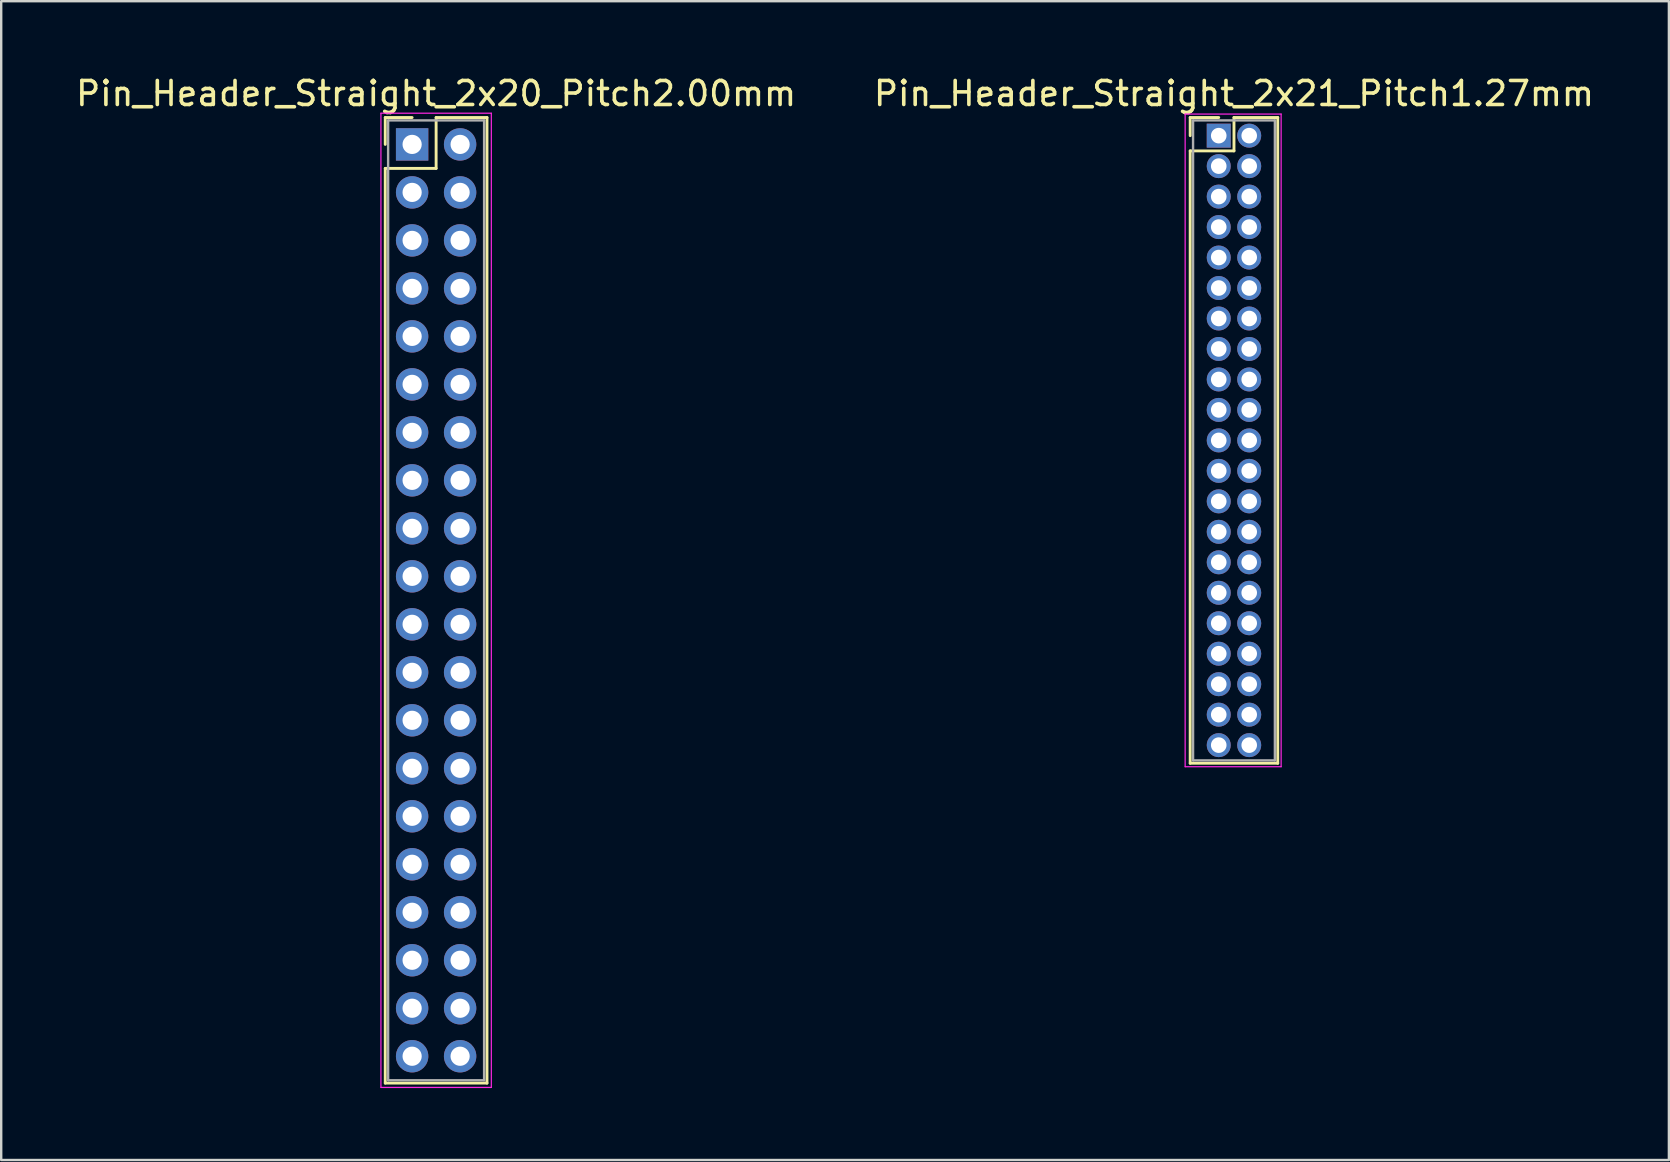
<source format=kicad_pcb>
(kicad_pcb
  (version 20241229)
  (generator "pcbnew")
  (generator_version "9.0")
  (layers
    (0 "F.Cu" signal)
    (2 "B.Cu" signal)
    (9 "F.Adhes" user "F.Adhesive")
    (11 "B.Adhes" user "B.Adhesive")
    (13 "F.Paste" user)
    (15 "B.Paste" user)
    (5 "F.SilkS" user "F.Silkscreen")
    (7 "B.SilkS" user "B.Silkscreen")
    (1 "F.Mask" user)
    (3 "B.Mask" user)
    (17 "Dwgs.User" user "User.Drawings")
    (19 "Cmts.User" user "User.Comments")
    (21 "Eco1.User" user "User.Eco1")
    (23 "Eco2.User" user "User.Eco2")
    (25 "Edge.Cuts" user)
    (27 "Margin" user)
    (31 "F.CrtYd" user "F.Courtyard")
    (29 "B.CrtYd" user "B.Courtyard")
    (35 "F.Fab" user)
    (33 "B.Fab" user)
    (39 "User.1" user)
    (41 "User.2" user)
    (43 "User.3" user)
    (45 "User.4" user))
  (footprint "Pin_Header_Straight_2x20_Pitch2.00mm"
    (layer "F.Cu")
    (at 14.125 2.968)
    (property "Reference" "Pin_Header_Straight_2x20_Pitch2.00mm" (at 1 -2.12 0) (layer "F.SilkS") (effects (font (size 1 1) (thickness 0.15))))
    (attr through_hole)
    (fp_line (start -1.12 -1.12) (end 0 -1.12) (stroke (width 0.12) (type solid)) (layer "F.SilkS"))
    (fp_line (start -1.12 0) (end -1.12 -1.12) (stroke (width 0.12) (type solid)) (layer "F.SilkS"))
    (fp_line (start -1.12 1) (end -1.12 39.12) (stroke (width 0.12) (type solid)) (layer "F.SilkS"))
    (fp_line (start -1.12 39.12) (end 3.12 39.12) (stroke (width 0.12) (type solid)) (layer "F.SilkS"))
    (fp_line (start 1 -1.12) (end 1 1) (stroke (width 0.12) (type solid)) (layer "F.SilkS"))
    (fp_line (start 1 1) (end -1.12 1) (stroke (width 0.12) (type solid)) (layer "F.SilkS"))
    (fp_line (start 3.12 -1.12) (end 1 -1.12) (stroke (width 0.12) (type solid)) (layer "F.SilkS"))
    (fp_line (start 3.12 39.12) (end 3.12 -1.12) (stroke (width 0.12) (type solid)) (layer "F.SilkS"))
    (fp_line (start -1.3 -1.3) (end -1.3 39.3) (stroke (width 0.05) (type solid)) (layer "F.CrtYd"))
    (fp_line (start -1.3 39.3) (end 3.3 39.3) (stroke (width 0.05) (type solid)) (layer "F.CrtYd"))
    (fp_line (start 3.3 -1.3) (end -1.3 -1.3) (stroke (width 0.05) (type solid)) (layer "F.CrtYd"))
    (fp_line (start 3.3 39.3) (end 3.3 -1.3) (stroke (width 0.05) (type solid)) (layer "F.CrtYd"))
    (fp_line (start -1 -1) (end -1 39) (stroke (width 0.1) (type solid)) (layer "F.Fab"))
    (fp_line (start -1 39) (end 3 39) (stroke (width 0.1) (type solid)) (layer "F.Fab"))
    (fp_line (start 3 -1) (end -1 -1) (stroke (width 0.1) (type solid)) (layer "F.Fab"))
    (fp_line (start 3 39) (end 3 -1) (stroke (width 0.1) (type solid)) (layer "F.Fab"))
    (pad "1" thru_hole rect (at 0 0) (size 1.35 1.35) (drill 0.8) (layers "*.Cu" "*.Mask"))
    (pad "2" thru_hole oval (at 2 0) (size 1.35 1.35) (drill 0.8) (layers "*.Cu" "*.Mask"))
    (pad "3" thru_hole oval (at 0 2) (size 1.35 1.35) (drill 0.8) (layers "*.Cu" "*.Mask"))
    (pad "4" thru_hole oval (at 2 2) (size 1.35 1.35) (drill 0.8) (layers "*.Cu" "*.Mask"))
    (pad "5" thru_hole oval (at 0 4) (size 1.35 1.35) (drill 0.8) (layers "*.Cu" "*.Mask"))
    (pad "6" thru_hole oval (at 2 4) (size 1.35 1.35) (drill 0.8) (layers "*.Cu" "*.Mask"))
    (pad "7" thru_hole oval (at 0 6) (size 1.35 1.35) (drill 0.8) (layers "*.Cu" "*.Mask"))
    (pad "8" thru_hole oval (at 2 6) (size 1.35 1.35) (drill 0.8) (layers "*.Cu" "*.Mask"))
    (pad "9" thru_hole oval (at 0 8) (size 1.35 1.35) (drill 0.8) (layers "*.Cu" "*.Mask"))
    (pad "10" thru_hole oval (at 2 8) (size 1.35 1.35) (drill 0.8) (layers "*.Cu" "*.Mask"))
    (pad "11" thru_hole oval (at 0 10) (size 1.35 1.35) (drill 0.8) (layers "*.Cu" "*.Mask"))
    (pad "12" thru_hole oval (at 2 10) (size 1.35 1.35) (drill 0.8) (layers "*.Cu" "*.Mask"))
    (pad "13" thru_hole oval (at 0 12) (size 1.35 1.35) (drill 0.8) (layers "*.Cu" "*.Mask"))
    (pad "14" thru_hole oval (at 2 12) (size 1.35 1.35) (drill 0.8) (layers "*.Cu" "*.Mask"))
    (pad "15" thru_hole oval (at 0 14) (size 1.35 1.35) (drill 0.8) (layers "*.Cu" "*.Mask"))
    (pad "16" thru_hole oval (at 2 14) (size 1.35 1.35) (drill 0.8) (layers "*.Cu" "*.Mask"))
    (pad "17" thru_hole oval (at 0 16) (size 1.35 1.35) (drill 0.8) (layers "*.Cu" "*.Mask"))
    (pad "18" thru_hole oval (at 2 16) (size 1.35 1.35) (drill 0.8) (layers "*.Cu" "*.Mask"))
    (pad "19" thru_hole oval (at 0 18) (size 1.35 1.35) (drill 0.8) (layers "*.Cu" "*.Mask"))
    (pad "20" thru_hole oval (at 2 18) (size 1.35 1.35) (drill 0.8) (layers "*.Cu" "*.Mask"))
    (pad "21" thru_hole oval (at 0 20) (size 1.35 1.35) (drill 0.8) (layers "*.Cu" "*.Mask"))
    (pad "22" thru_hole oval (at 2 20) (size 1.35 1.35) (drill 0.8) (layers "*.Cu" "*.Mask"))
    (pad "23" thru_hole oval (at 0 22) (size 1.35 1.35) (drill 0.8) (layers "*.Cu" "*.Mask"))
    (pad "24" thru_hole oval (at 2 22) (size 1.35 1.35) (drill 0.8) (layers "*.Cu" "*.Mask"))
    (pad "25" thru_hole oval (at 0 24) (size 1.35 1.35) (drill 0.8) (layers "*.Cu" "*.Mask"))
    (pad "26" thru_hole oval (at 2 24) (size 1.35 1.35) (drill 0.8) (layers "*.Cu" "*.Mask"))
    (pad "27" thru_hole oval (at 0 26) (size 1.35 1.35) (drill 0.8) (layers "*.Cu" "*.Mask"))
    (pad "28" thru_hole oval (at 2 26) (size 1.35 1.35) (drill 0.8) (layers "*.Cu" "*.Mask"))
    (pad "29" thru_hole oval (at 0 28) (size 1.35 1.35) (drill 0.8) (layers "*.Cu" "*.Mask"))
    (pad "30" thru_hole oval (at 2 28) (size 1.35 1.35) (drill 0.8) (layers "*.Cu" "*.Mask"))
    (pad "31" thru_hole oval (at 0 30) (size 1.35 1.35) (drill 0.8) (layers "*.Cu" "*.Mask"))
    (pad "32" thru_hole oval (at 2 30) (size 1.35 1.35) (drill 0.8) (layers "*.Cu" "*.Mask"))
    (pad "33" thru_hole oval (at 0 32) (size 1.35 1.35) (drill 0.8) (layers "*.Cu" "*.Mask"))
    (pad "34" thru_hole oval (at 2 32) (size 1.35 1.35) (drill 0.8) (layers "*.Cu" "*.Mask"))
    (pad "35" thru_hole oval (at 0 34) (size 1.35 1.35) (drill 0.8) (layers "*.Cu" "*.Mask"))
    (pad "36" thru_hole oval (at 2 34) (size 1.35 1.35) (drill 0.8) (layers "*.Cu" "*.Mask"))
    (pad "37" thru_hole oval (at 0 36) (size 1.35 1.35) (drill 0.8) (layers "*.Cu" "*.Mask"))
    (pad "38" thru_hole oval (at 2 36) (size 1.35 1.35) (drill 0.8) (layers "*.Cu" "*.Mask"))
    (pad "39" thru_hole oval (at 0 38) (size 1.35 1.35) (drill 0.8) (layers "*.Cu" "*.Mask"))
    (pad "40" thru_hole oval (at 2 38) (size 1.35 1.35) (drill 0.8) (layers "*.Cu" "*.Mask")))
  (footprint "Pin_Header_Straight_2x21_Pitch1.27mm"
    (layer "F.Cu")
    (at 47.74 2.603)
    (property "Reference" "Pin_Header_Straight_2x21_Pitch1.27mm" (at 0.635 -1.755 0) (layer "F.SilkS") (effects (font (size 1 1) (thickness 0.15))))
    (attr through_hole)
    (fp_line (start -1.19 -0.755) (end 0 -0.755) (stroke (width 0.12) (type solid)) (layer "F.SilkS"))
    (fp_line (start -1.19 0) (end -1.19 -0.755) (stroke (width 0.12) (type solid)) (layer "F.SilkS"))
    (fp_line (start -1.19 0.635) (end -1.19 26.155) (stroke (width 0.12) (type solid)) (layer "F.SilkS"))
    (fp_line (start -1.19 26.155) (end 2.46 26.155) (stroke (width 0.12) (type solid)) (layer "F.SilkS"))
    (fp_line (start 0.635 -0.755) (end 0.635 0.635) (stroke (width 0.12) (type solid)) (layer "F.SilkS"))
    (fp_line (start 0.635 0.635) (end -1.19 0.635) (stroke (width 0.12) (type solid)) (layer "F.SilkS"))
    (fp_line (start 2.46 -0.755) (end 0.635 -0.755) (stroke (width 0.12) (type solid)) (layer "F.SilkS"))
    (fp_line (start 2.46 26.155) (end 2.46 -0.755) (stroke (width 0.12) (type solid)) (layer "F.SilkS"))
    (fp_line (start -1.4 -0.9) (end -1.4 26.3) (stroke (width 0.05) (type solid)) (layer "F.CrtYd"))
    (fp_line (start -1.4 26.3) (end 2.6 26.3) (stroke (width 0.05) (type solid)) (layer "F.CrtYd"))
    (fp_line (start 2.6 -0.9) (end -1.4 -0.9) (stroke (width 0.05) (type solid)) (layer "F.CrtYd"))
    (fp_line (start 2.6 26.3) (end 2.6 -0.9) (stroke (width 0.05) (type solid)) (layer "F.CrtYd"))
    (fp_line (start -1.07 -0.635) (end -1.07 26.035) (stroke (width 0.1) (type solid)) (layer "F.Fab"))
    (fp_line (start -1.07 26.035) (end 2.34 26.035) (stroke (width 0.1) (type solid)) (layer "F.Fab"))
    (fp_line (start 2.34 -0.635) (end -1.07 -0.635) (stroke (width 0.1) (type solid)) (layer "F.Fab"))
    (fp_line (start 2.34 26.035) (end 2.34 -0.635) (stroke (width 0.1) (type solid)) (layer "F.Fab"))
    (pad "1" thru_hole rect (at 0 0) (size 1 1) (drill 0.65) (layers "*.Cu" "*.Mask"))
    (pad "2" thru_hole oval (at 1.27 0) (size 1 1) (drill 0.65) (layers "*.Cu" "*.Mask"))
    (pad "3" thru_hole oval (at 0 1.27) (size 1 1) (drill 0.65) (layers "*.Cu" "*.Mask"))
    (pad "4" thru_hole oval (at 1.27 1.27) (size 1 1) (drill 0.65) (layers "*.Cu" "*.Mask"))
    (pad "5" thru_hole oval (at 0 2.54) (size 1 1) (drill 0.65) (layers "*.Cu" "*.Mask"))
    (pad "6" thru_hole oval (at 1.27 2.54) (size 1 1) (drill 0.65) (layers "*.Cu" "*.Mask"))
    (pad "7" thru_hole oval (at 0 3.81) (size 1 1) (drill 0.65) (layers "*.Cu" "*.Mask"))
    (pad "8" thru_hole oval (at 1.27 3.81) (size 1 1) (drill 0.65) (layers "*.Cu" "*.Mask"))
    (pad "9" thru_hole oval (at 0 5.08) (size 1 1) (drill 0.65) (layers "*.Cu" "*.Mask"))
    (pad "10" thru_hole oval (at 1.27 5.08) (size 1 1) (drill 0.65) (layers "*.Cu" "*.Mask"))
    (pad "11" thru_hole oval (at 0 6.35) (size 1 1) (drill 0.65) (layers "*.Cu" "*.Mask"))
    (pad "12" thru_hole oval (at 1.27 6.35) (size 1 1) (drill 0.65) (layers "*.Cu" "*.Mask"))
    (pad "13" thru_hole oval (at 0 7.62) (size 1 1) (drill 0.65) (layers "*.Cu" "*.Mask"))
    (pad "14" thru_hole oval (at 1.27 7.62) (size 1 1) (drill 0.65) (layers "*.Cu" "*.Mask"))
    (pad "15" thru_hole oval (at 0 8.89) (size 1 1) (drill 0.65) (layers "*.Cu" "*.Mask"))
    (pad "16" thru_hole oval (at 1.27 8.89) (size 1 1) (drill 0.65) (layers "*.Cu" "*.Mask"))
    (pad "17" thru_hole oval (at 0 10.16) (size 1 1) (drill 0.65) (layers "*.Cu" "*.Mask"))
    (pad "18" thru_hole oval (at 1.27 10.16) (size 1 1) (drill 0.65) (layers "*.Cu" "*.Mask"))
    (pad "19" thru_hole oval (at 0 11.43) (size 1 1) (drill 0.65) (layers "*.Cu" "*.Mask"))
    (pad "20" thru_hole oval (at 1.27 11.43) (size 1 1) (drill 0.65) (layers "*.Cu" "*.Mask"))
    (pad "21" thru_hole oval (at 0 12.7) (size 1 1) (drill 0.65) (layers "*.Cu" "*.Mask"))
    (pad "22" thru_hole oval (at 1.27 12.7) (size 1 1) (drill 0.65) (layers "*.Cu" "*.Mask"))
    (pad "23" thru_hole oval (at 0 13.97) (size 1 1) (drill 0.65) (layers "*.Cu" "*.Mask"))
    (pad "24" thru_hole oval (at 1.27 13.97) (size 1 1) (drill 0.65) (layers "*.Cu" "*.Mask"))
    (pad "25" thru_hole oval (at 0 15.24) (size 1 1) (drill 0.65) (layers "*.Cu" "*.Mask"))
    (pad "26" thru_hole oval (at 1.27 15.24) (size 1 1) (drill 0.65) (layers "*.Cu" "*.Mask"))
    (pad "27" thru_hole oval (at 0 16.51) (size 1 1) (drill 0.65) (layers "*.Cu" "*.Mask"))
    (pad "28" thru_hole oval (at 1.27 16.51) (size 1 1) (drill 0.65) (layers "*.Cu" "*.Mask"))
    (pad "29" thru_hole oval (at 0 17.78) (size 1 1) (drill 0.65) (layers "*.Cu" "*.Mask"))
    (pad "30" thru_hole oval (at 1.27 17.78) (size 1 1) (drill 0.65) (layers "*.Cu" "*.Mask"))
    (pad "31" thru_hole oval (at 0 19.05) (size 1 1) (drill 0.65) (layers "*.Cu" "*.Mask"))
    (pad "32" thru_hole oval (at 1.27 19.05) (size 1 1) (drill 0.65) (layers "*.Cu" "*.Mask"))
    (pad "33" thru_hole oval (at 0 20.32) (size 1 1) (drill 0.65) (layers "*.Cu" "*.Mask"))
    (pad "34" thru_hole oval (at 1.27 20.32) (size 1 1) (drill 0.65) (layers "*.Cu" "*.Mask"))
    (pad "35" thru_hole oval (at 0 21.59) (size 1 1) (drill 0.65) (layers "*.Cu" "*.Mask"))
    (pad "36" thru_hole oval (at 1.27 21.59) (size 1 1) (drill 0.65) (layers "*.Cu" "*.Mask"))
    (pad "37" thru_hole oval (at 0 22.86) (size 1 1) (drill 0.65) (layers "*.Cu" "*.Mask"))
    (pad "38" thru_hole oval (at 1.27 22.86) (size 1 1) (drill 0.65) (layers "*.Cu" "*.Mask"))
    (pad "39" thru_hole oval (at 0 24.13) (size 1 1) (drill 0.65) (layers "*.Cu" "*.Mask"))
    (pad "40" thru_hole oval (at 1.27 24.13) (size 1 1) (drill 0.65) (layers "*.Cu" "*.Mask"))
    (pad "41" thru_hole oval (at 0 25.4) (size 1 1) (drill 0.65) (layers "*.Cu" "*.Mask"))
    (pad "42" thru_hole oval (at 1.27 25.4) (size 1 1) (drill 0.65) (layers "*.Cu" "*.Mask")))
  (gr_rect
    (start -3 -3)
    (end 66.5 45.293)
    (stroke (width 0.1) (type default))
    (fill no)
    (layer "Edge.Cuts")))
</source>
